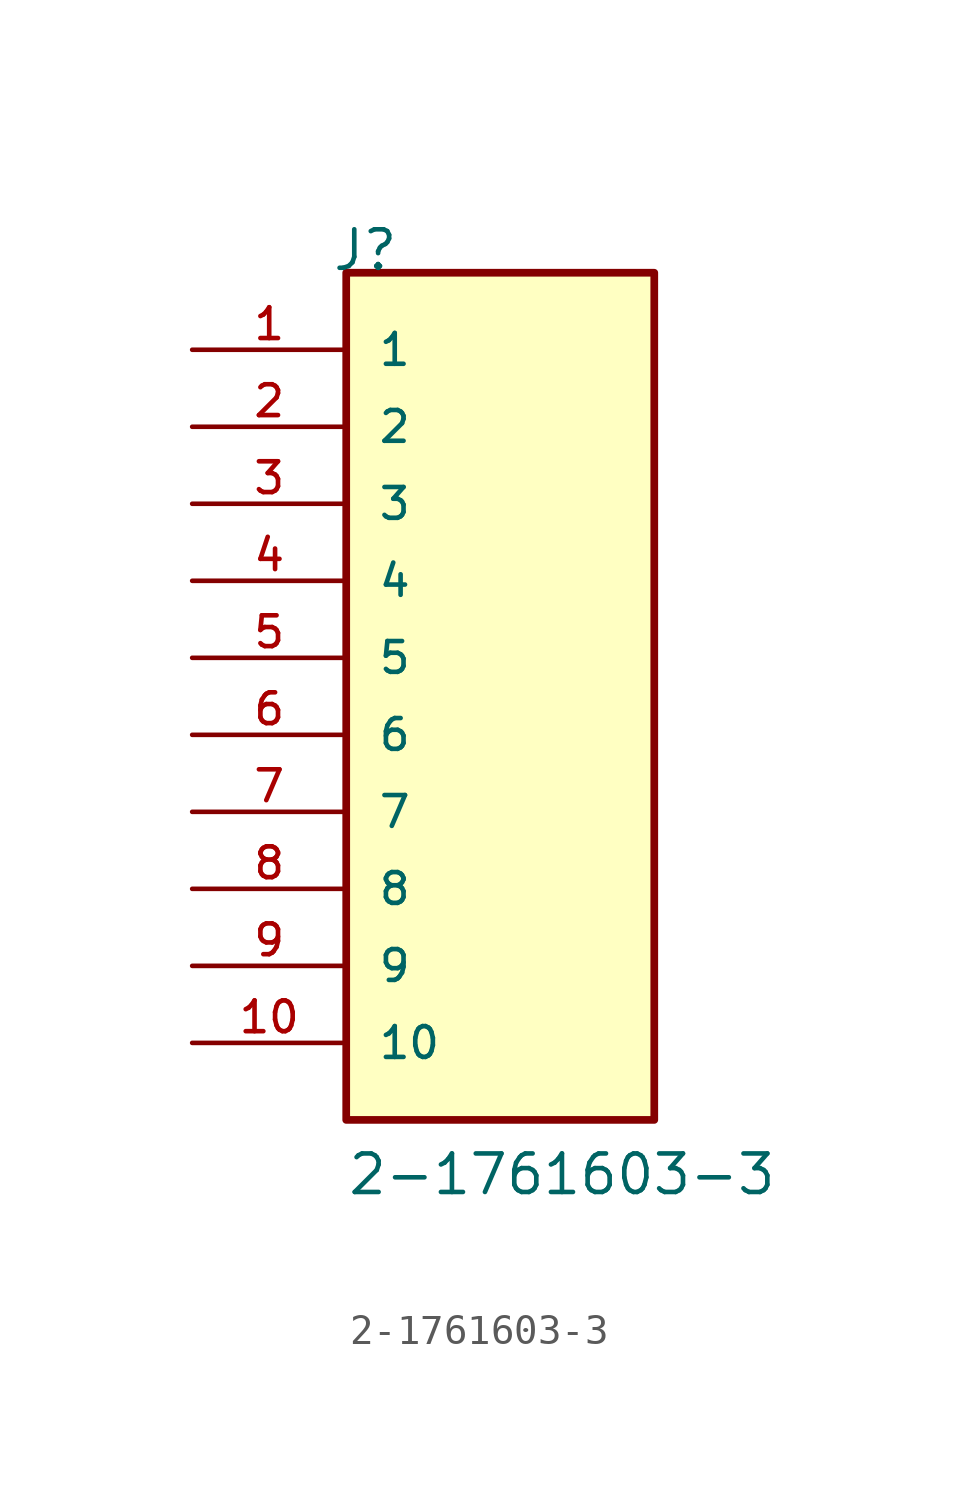
<source format=kicad_sym>
(kicad_symbol_lib
  (version 20211014)
  (generator kicad_symbol_editor)
  (symbol "2-1761603-3"
    (pin_names
      (offset 1.016))
    (property "Reference" "J"
      (at -5.58 15.24 0)
      (effects (font (size 1.27 1.27)) (justify bottom left)))
    (property "Value" "2-1761603-3"
      (at -5.08 -15.24 0)
      (effects (font (size 1.27 1.27)) (justify bottom left)))
    (symbol "2-1761603-3_0_0"
      (rectangle (start -5.08 -12.7) (end 5.08 15.24) (stroke (width 0.254)) (fill (type background)))
      (pin passive line (at -10.16 12.7 0) (length 5.08) (name "1" (effects (font (size 1.016 1.016)))) (number "1" (effects (font (size 1.016 1.016)))))
      (pin passive line (at -10.16 10.16 0) (length 5.08) (name "2" (effects (font (size 1.016 1.016)))) (number "2" (effects (font (size 1.016 1.016)))))
      (pin passive line (at -10.16 7.62 0) (length 5.08) (name "3" (effects (font (size 1.016 1.016)))) (number "3" (effects (font (size 1.016 1.016)))))
      (pin passive line (at -10.16 5.08 0) (length 5.08) (name "4" (effects (font (size 1.016 1.016)))) (number "4" (effects (font (size 1.016 1.016)))))
      (pin passive line (at -10.16 2.54 0) (length 5.08) (name "5" (effects (font (size 1.016 1.016)))) (number "5" (effects (font (size 1.016 1.016)))))
      (pin passive line (at -10.16 0.0 0) (length 5.08) (name "6" (effects (font (size 1.016 1.016)))) (number "6" (effects (font (size 1.016 1.016)))))
      (pin passive line (at -10.16 -2.54 0) (length 5.08) (name "7" (effects (font (size 1.016 1.016)))) (number "7" (effects (font (size 1.016 1.016)))))
      (pin passive line (at -10.16 -5.08 0) (length 5.08) (name "8" (effects (font (size 1.016 1.016)))) (number "8" (effects (font (size 1.016 1.016)))))
      (pin passive line (at -10.16 -7.62 0) (length 5.08) (name "9" (effects (font (size 1.016 1.016)))) (number "9" (effects (font (size 1.016 1.016)))))
      (pin passive line (at -10.16 -10.16 0) (length 5.08) (name "10" (effects (font (size 1.016 1.016)))) (number "10" (effects (font (size 1.016 1.016))))))))
</source>
